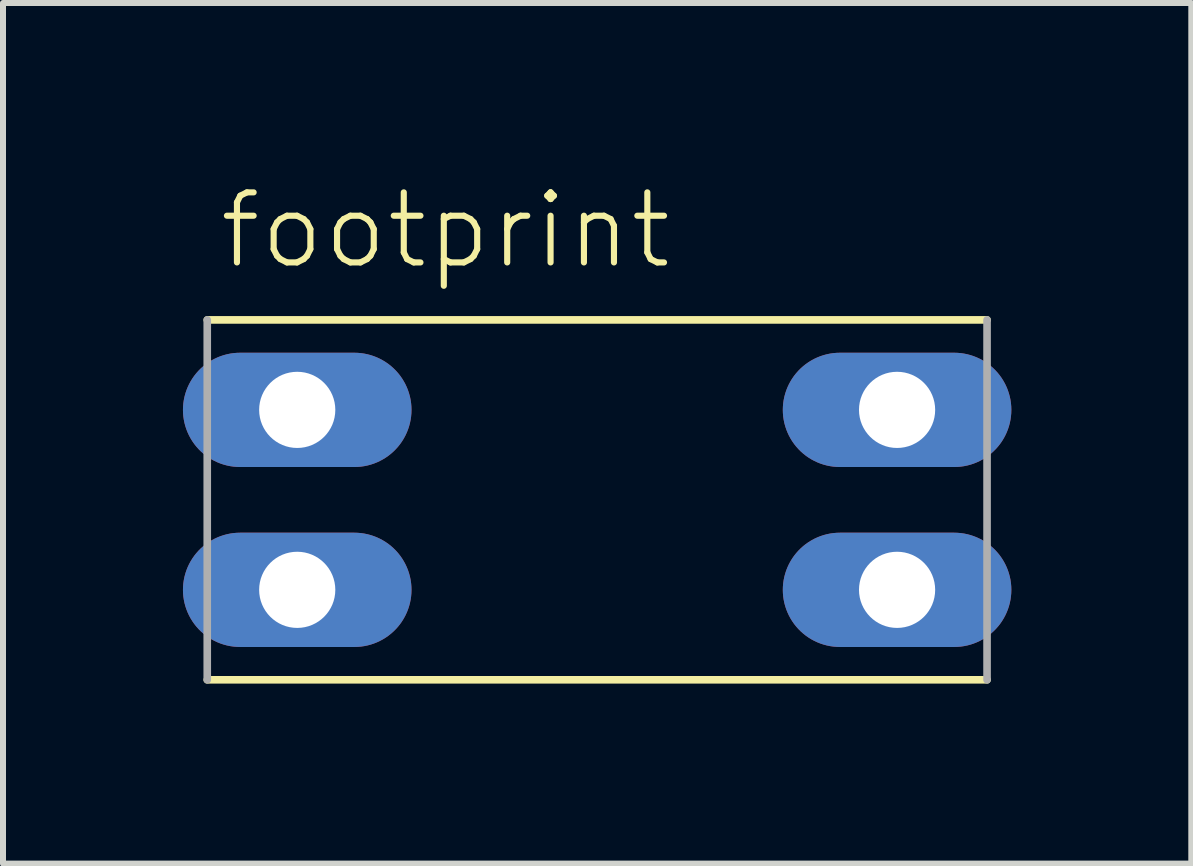
<source format=kicad_pcb>
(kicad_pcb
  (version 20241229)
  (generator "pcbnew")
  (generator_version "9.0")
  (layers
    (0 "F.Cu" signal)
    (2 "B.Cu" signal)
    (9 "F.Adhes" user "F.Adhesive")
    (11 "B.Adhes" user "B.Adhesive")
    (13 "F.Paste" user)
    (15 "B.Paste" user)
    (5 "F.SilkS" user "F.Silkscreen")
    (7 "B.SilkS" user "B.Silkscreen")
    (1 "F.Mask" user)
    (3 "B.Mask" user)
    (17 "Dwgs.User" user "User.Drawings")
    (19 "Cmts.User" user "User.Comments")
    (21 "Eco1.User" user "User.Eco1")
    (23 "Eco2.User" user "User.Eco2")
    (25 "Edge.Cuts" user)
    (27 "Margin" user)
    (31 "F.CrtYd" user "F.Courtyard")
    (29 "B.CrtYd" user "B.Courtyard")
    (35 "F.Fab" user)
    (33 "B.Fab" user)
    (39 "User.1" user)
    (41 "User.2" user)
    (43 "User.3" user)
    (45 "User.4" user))
  (footprint "footprint"
    (layer "F.Cu")
    (at 6.905 5.283)
    (property "Reference" "footprint" (at -6.35 -3.81 0) (layer "F.SilkS") (effects (font (size 1.168 1.168) (thickness 0.102)) (justify left bottom)))
    (fp_line (start -6.5 -3) (end 6.5 -3) (stroke (width 0.127) (type solid)) (layer "F.SilkS"))
    (fp_line (start 6.5 3) (end -6.5 3) (stroke (width 0.127) (type solid)) (layer "F.SilkS"))
    (fp_line (start -6.5 3) (end -6.5 -3) (stroke (width 0.127) (type solid)) (layer "F.Fab"))
    (fp_line (start 6.5 -3) (end 6.5 3) (stroke (width 0.127) (type solid)) (layer "F.Fab"))
    (pad "1" thru_hole oval (at -5 -1.5) (size 3.81 1.905) (drill 1.27) (layers "*.Cu" "*.Mask"))
    (pad "2" thru_hole oval (at -5 1.5) (size 3.81 1.905) (drill 1.27) (layers "*.Cu" "*.Mask"))
    (pad "3" thru_hole oval (at 5 -1.5) (size 3.81 1.905) (drill 1.27) (layers "*.Cu" "*.Mask"))
    (pad "4" thru_hole oval (at 5 1.5) (size 3.81 1.905) (drill 1.27) (layers "*.Cu" "*.Mask")))
  (gr_rect
    (start -3 -3)
    (end 16.81 11.347)
    (stroke (width 0.1) (type default))
    (fill no)
    (layer "Edge.Cuts")))
</source>
